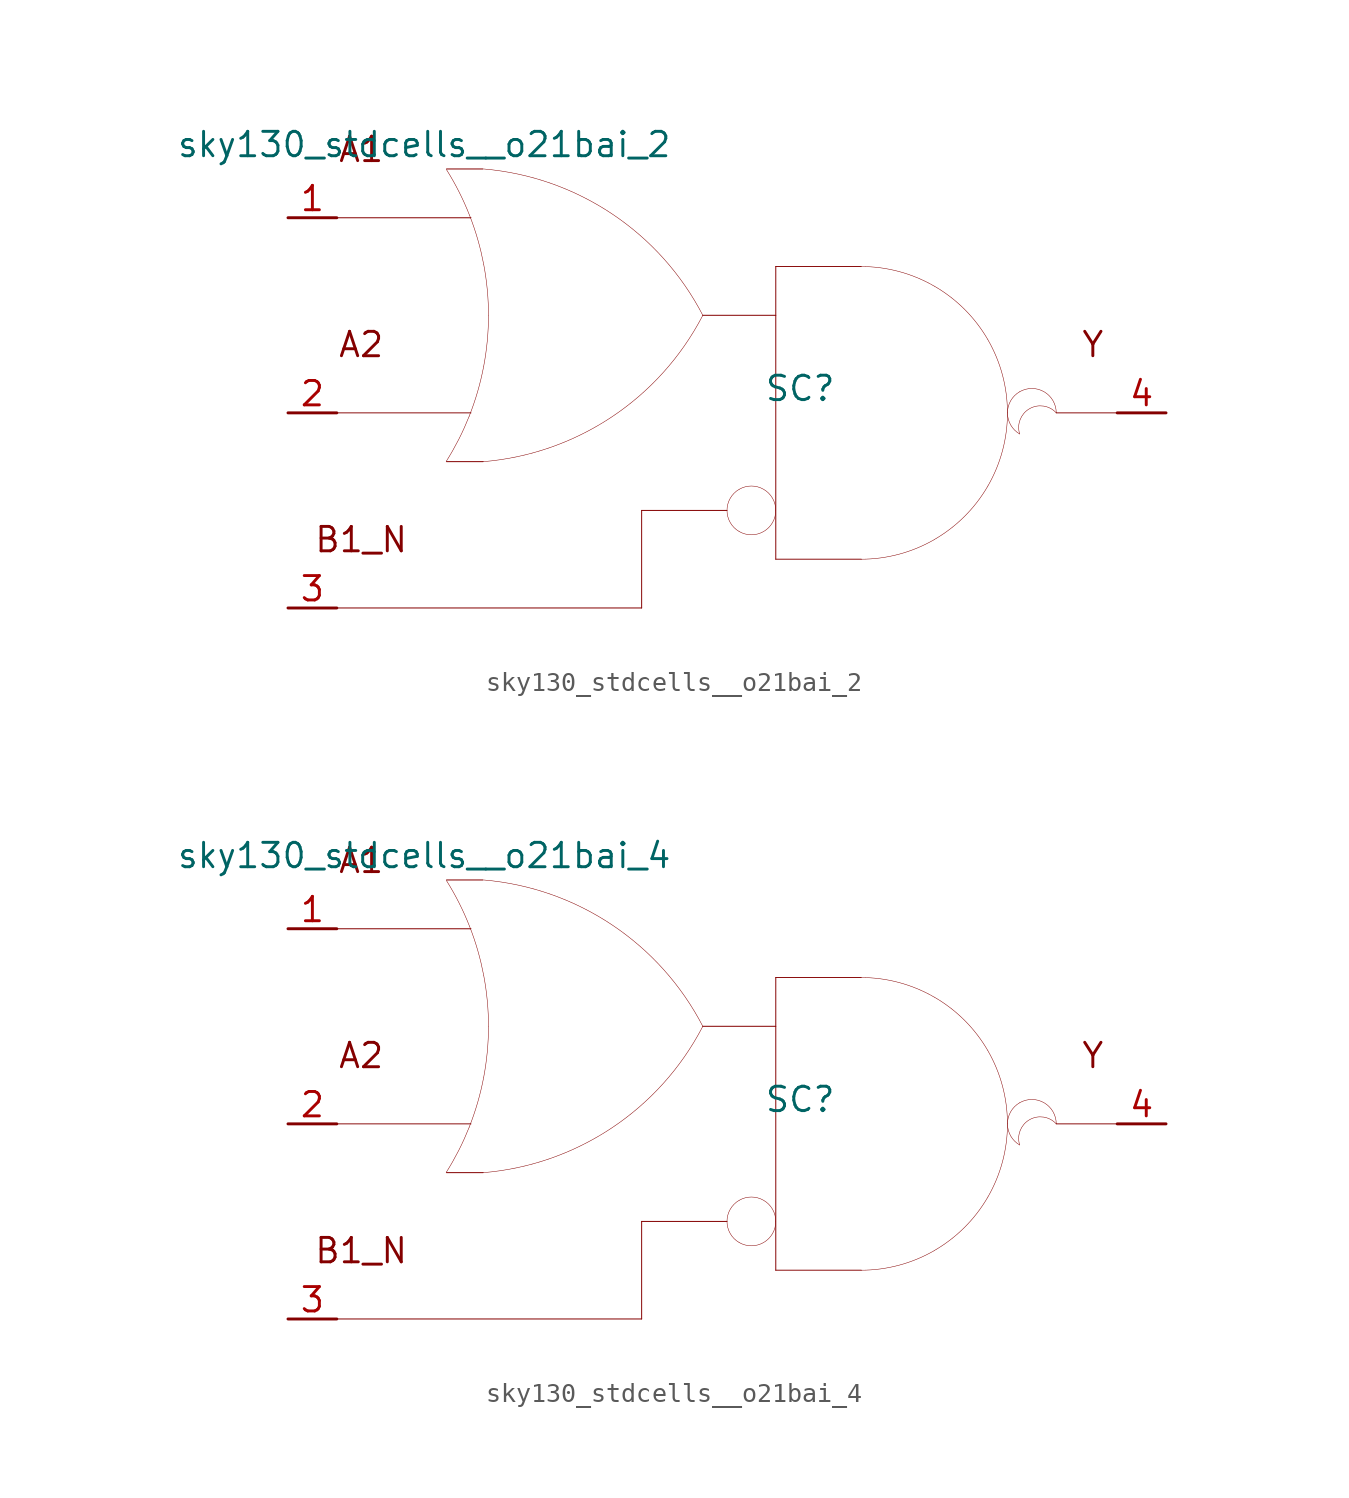
<source format=kicad_sym>
(kicad_symbol_lib
  (version 20211014)
  (generator kicad_symbol_editor)
  (symbol "sky130_stdcells__o21bai_2"
    (pin_names hide)
    (property "Reference" "SC"
      (at 3.81 1.27 0)
      (effects (font (size 1.27 1.27))))
    (property "Value" "sky130_stdcells__o21bai_2"
      (at -2.845 13.97 0)
      (effects (font (size 1.27 1.27)) (justify right)))
    (symbol "sky130_stdcells__o21bai_2_0_0"
      (arc (start -14.6255 -2.5342) (mid -13.968 -1.378) (end -13.4212 -0.1656) (stroke (width 0.0254) (type default) (color 0 0 0 0)) (fill (type none)))
      (arc (start -13.4212 -0.1656) (mid -12.9863 1.1045) (end -12.673 2.4099) (stroke (width 0.0254) (type default) (color 0 0 0 0)) (fill (type none)))
      (arc (start -13.403 10.2793) (mid -13.9512 11.5048) (end -14.6123 12.6732) (stroke (width 0.0254) (type default) (color 0 0 0 0)) (fill (type none)))
      (arc (start -12.705 -2.5431) (mid -6.011 -0.2186) (end -1.2741 5.0516) (stroke (width 0.0254) (type default) (color 0 0 0 0)) (fill (type none)))
      (arc (start -12.673 2.4099) (mid -12.4838 3.739) (end -12.4206 5.08) (stroke (width 0.0254) (type default) (color 0 0 0 0)) (fill (type none)))
      (arc (start -12.6684 7.7256) (mid -12.9761 9.0196) (end -13.403 10.2793) (stroke (width 0.0254) (type default) (color 0 0 0 0)) (fill (type none)))
      (arc (start -12.4206 5.08) (mid -12.4827 6.4086) (end -12.6684 7.7256) (stroke (width 0.0254) (type default) (color 0 0 0 0)) (fill (type none)))
      (arc (start -1.2513 5.0644) (mid -5.9698 10.351) (end -12.6556 12.6989) (stroke (width 0.0254) (type default) (color 0 0 0 0)) (fill (type none)))
      (polyline (pts (xy -20.32 -10.16) (xy -4.445 -10.16)) (stroke (width 0.051) (type default) (color 0 0 0 0)) (fill (type none)))
      (polyline (pts (xy -20.32 0) (xy -13.335 0)) (stroke (width 0.051) (type default) (color 0 0 0 0)) (fill (type none)))
      (polyline (pts (xy -20.32 10.16) (xy -13.335 10.16)) (stroke (width 0.051) (type default) (color 0 0 0 0)) (fill (type none)))
      (polyline (pts (xy -14.605 -2.54) (xy -12.7 -2.54)) (stroke (width 0.051) (type default) (color 0 0 0 0)) (fill (type none)))
      (polyline (pts (xy -14.605 12.7) (xy -12.7 12.7)) (stroke (width 0.051) (type default) (color 0 0 0 0)) (fill (type none)))
      (polyline (pts (xy -4.445 -5.08) (xy -4.445 -10.16)) (stroke (width 0.051) (type default) (color 0 0 0 0)) (fill (type none)))
      (polyline (pts (xy -4.445 -5.08) (xy 0 -5.08)) (stroke (width 0.051) (type default) (color 0 0 0 0)) (fill (type none)))
      (polyline (pts (xy -1.27 5.08) (xy 2.54 5.08)) (stroke (width 0.051) (type default) (color 0 0 0 0)) (fill (type none)))
      (polyline (pts (xy 2.54 -7.62) (xy 6.985 -7.62)) (stroke (width 0.051) (type default) (color 0 0 0 0)) (fill (type none)))
      (polyline (pts (xy 2.54 7.62) (xy 2.54 -7.62)) (stroke (width 0.051) (type default) (color 0 0 0 0)) (fill (type none)))
      (polyline (pts (xy 2.54 7.62) (xy 6.985 7.62)) (stroke (width 0.051) (type default) (color 0 0 0 0)) (fill (type none)))
      (polyline (pts (xy 17.145 0) (xy 20.32 0)) (stroke (width 0.051) (type default) (color 0 0 0 0)) (fill (type none)))
      (arc (start 0.635 -6.1799) (mid 1.905 -6.1799) (end 2.54 -5.08) (stroke (width 0.0254) (type default) (color 0 0 0 0)) (fill (type none)))
      (arc (start 0.635 -3.9801) (mid 0 -5.08) (end 0.635 -6.1799) (stroke (width 0.0254) (type default) (color 0 0 0 0)) (fill (type none)))
      (arc (start 2.54 -5.08) (mid 1.905 -3.9802) (end 0.635 -3.9801) (stroke (width 0.0254) (type default) (color 0 0 0 0)) (fill (type none)))
      (arc (start 6.985 -7.62) (mid 8.9572 -7.3604) (end 10.795 -6.5991) (stroke (width 0.0254) (type default) (color 0 0 0 0)) (fill (type none)))
      (arc (start 10.795 -6.5991) (mid 12.3731 -5.3881) (end 13.5841 -3.81) (stroke (width 0.0254) (type default) (color 0 0 0 0)) (fill (type none)))
      (arc (start 10.795 6.5991) (mid 8.9572 7.3603) (end 6.985 7.62) (stroke (width 0.0254) (type default) (color 0 0 0 0)) (fill (type none)))
      (arc (start 13.5841 -3.81) (mid 14.3453 -1.9722) (end 14.605 0) (stroke (width 0.0254) (type default) (color 0 0 0 0)) (fill (type none)))
      (arc (start 13.5841 3.81) (mid 12.3731 5.3881) (end 10.795 6.5991) (stroke (width 0.0254) (type default) (color 0 0 0 0)) (fill (type none)))
      (arc (start 14.605 0) (mid 14.3454 1.9722) (end 13.5841 3.81) (stroke (width 0.0254) (type default) (color 0 0 0 0)) (fill (type none)))
      (arc (start 15.24 1.0999) (mid 14.605 0) (end 15.24 -1.0999) (stroke (width 0.0254) (type default) (color 0 0 0 0)) (fill (type none)))
      (arc (start 17.145 0) (mid 15.2881 0.4743) (end 15.24 -1.0999) (stroke (width 0.0254) (type default) (color 0 0 0 0)) (fill (type none)))
      (arc (start 17.145 0) (mid 16.51 1.0998) (end 15.24 1.0999) (stroke (width 0.0254) (type default) (color 0 0 0 0)) (fill (type none)))
      (text "A1" (at -19.05 13.716 0) (effects (font (size 1.27 1.27))))
      (text "A2" (at -19.05 3.556 0) (effects (font (size 1.27 1.27))))
      (text "B1_N" (at -19.05 -6.604 0) (effects (font (size 1.27 1.27))))
      (text "Y" (at 19.05 3.556 0) (effects (font (size 1.27 1.27)))))
    (symbol "sky130_stdcells__o21bai_2_1_1"
      (pin input line (at -22.86 10.16 0) (length 2.54) (name "A1" (effects (font (size 1.092 1.092)))) (number "1" (effects (font (size 1.27 1.27)))))
      (pin input line (at -22.86 0 0) (length 2.54) (name "A2" (effects (font (size 1.092 1.092)))) (number "2" (effects (font (size 1.27 1.27)))))
      (pin input line (at -22.86 -10.16 0) (length 2.54) (name "B1_N" (effects (font (size 1.092 1.092)))) (number "3" (effects (font (size 1.27 1.27)))))
      (pin output line (at 22.86 0 180) (length 2.54) (name "Y" (effects (font (size 1.092 1.092)))) (number "4" (effects (font (size 1.27 1.27)))))))
  (symbol "sky130_stdcells__o21bai_4"
    (pin_names hide)
    (property "Reference" "SC"
      (at 3.81 1.27 0)
      (effects (font (size 1.27 1.27))))
    (property "Value" "sky130_stdcells__o21bai_4"
      (at -2.845 13.97 0)
      (effects (font (size 1.27 1.27)) (justify right)))
    (symbol "sky130_stdcells__o21bai_4_0_0"
      (arc (start -14.6255 -2.5342) (mid -13.968 -1.378) (end -13.4212 -0.1656) (stroke (width 0.0254) (type default) (color 0 0 0 0)) (fill (type none)))
      (arc (start -13.4212 -0.1656) (mid -12.9863 1.1045) (end -12.673 2.4099) (stroke (width 0.0254) (type default) (color 0 0 0 0)) (fill (type none)))
      (arc (start -13.403 10.2793) (mid -13.9512 11.5048) (end -14.6123 12.6732) (stroke (width 0.0254) (type default) (color 0 0 0 0)) (fill (type none)))
      (arc (start -12.705 -2.5431) (mid -6.011 -0.2186) (end -1.2741 5.0516) (stroke (width 0.0254) (type default) (color 0 0 0 0)) (fill (type none)))
      (arc (start -12.673 2.4099) (mid -12.4838 3.739) (end -12.4206 5.08) (stroke (width 0.0254) (type default) (color 0 0 0 0)) (fill (type none)))
      (arc (start -12.6684 7.7256) (mid -12.9761 9.0196) (end -13.403 10.2793) (stroke (width 0.0254) (type default) (color 0 0 0 0)) (fill (type none)))
      (arc (start -12.4206 5.08) (mid -12.4827 6.4086) (end -12.6684 7.7256) (stroke (width 0.0254) (type default) (color 0 0 0 0)) (fill (type none)))
      (arc (start -1.2513 5.0644) (mid -5.9698 10.351) (end -12.6556 12.6989) (stroke (width 0.0254) (type default) (color 0 0 0 0)) (fill (type none)))
      (polyline (pts (xy -20.32 -10.16) (xy -4.445 -10.16)) (stroke (width 0.051) (type default) (color 0 0 0 0)) (fill (type none)))
      (polyline (pts (xy -20.32 0) (xy -13.335 0)) (stroke (width 0.051) (type default) (color 0 0 0 0)) (fill (type none)))
      (polyline (pts (xy -20.32 10.16) (xy -13.335 10.16)) (stroke (width 0.051) (type default) (color 0 0 0 0)) (fill (type none)))
      (polyline (pts (xy -14.605 -2.54) (xy -12.7 -2.54)) (stroke (width 0.051) (type default) (color 0 0 0 0)) (fill (type none)))
      (polyline (pts (xy -14.605 12.7) (xy -12.7 12.7)) (stroke (width 0.051) (type default) (color 0 0 0 0)) (fill (type none)))
      (polyline (pts (xy -4.445 -5.08) (xy -4.445 -10.16)) (stroke (width 0.051) (type default) (color 0 0 0 0)) (fill (type none)))
      (polyline (pts (xy -4.445 -5.08) (xy 0 -5.08)) (stroke (width 0.051) (type default) (color 0 0 0 0)) (fill (type none)))
      (polyline (pts (xy -1.27 5.08) (xy 2.54 5.08)) (stroke (width 0.051) (type default) (color 0 0 0 0)) (fill (type none)))
      (polyline (pts (xy 2.54 -7.62) (xy 6.985 -7.62)) (stroke (width 0.051) (type default) (color 0 0 0 0)) (fill (type none)))
      (polyline (pts (xy 2.54 7.62) (xy 2.54 -7.62)) (stroke (width 0.051) (type default) (color 0 0 0 0)) (fill (type none)))
      (polyline (pts (xy 2.54 7.62) (xy 6.985 7.62)) (stroke (width 0.051) (type default) (color 0 0 0 0)) (fill (type none)))
      (polyline (pts (xy 17.145 0) (xy 20.32 0)) (stroke (width 0.051) (type default) (color 0 0 0 0)) (fill (type none)))
      (arc (start 0.635 -6.1799) (mid 1.905 -6.1799) (end 2.54 -5.08) (stroke (width 0.0254) (type default) (color 0 0 0 0)) (fill (type none)))
      (arc (start 0.635 -3.9801) (mid 0 -5.08) (end 0.635 -6.1799) (stroke (width 0.0254) (type default) (color 0 0 0 0)) (fill (type none)))
      (arc (start 2.54 -5.08) (mid 1.905 -3.9802) (end 0.635 -3.9801) (stroke (width 0.0254) (type default) (color 0 0 0 0)) (fill (type none)))
      (arc (start 6.985 -7.62) (mid 8.9572 -7.3604) (end 10.795 -6.5991) (stroke (width 0.0254) (type default) (color 0 0 0 0)) (fill (type none)))
      (arc (start 10.795 -6.5991) (mid 12.3731 -5.3881) (end 13.5841 -3.81) (stroke (width 0.0254) (type default) (color 0 0 0 0)) (fill (type none)))
      (arc (start 10.795 6.5991) (mid 8.9572 7.3603) (end 6.985 7.62) (stroke (width 0.0254) (type default) (color 0 0 0 0)) (fill (type none)))
      (arc (start 13.5841 -3.81) (mid 14.3453 -1.9722) (end 14.605 0) (stroke (width 0.0254) (type default) (color 0 0 0 0)) (fill (type none)))
      (arc (start 13.5841 3.81) (mid 12.3731 5.3881) (end 10.795 6.5991) (stroke (width 0.0254) (type default) (color 0 0 0 0)) (fill (type none)))
      (arc (start 14.605 0) (mid 14.3454 1.9722) (end 13.5841 3.81) (stroke (width 0.0254) (type default) (color 0 0 0 0)) (fill (type none)))
      (arc (start 15.24 1.0999) (mid 14.605 0) (end 15.24 -1.0999) (stroke (width 0.0254) (type default) (color 0 0 0 0)) (fill (type none)))
      (arc (start 17.145 0) (mid 15.2881 0.4743) (end 15.24 -1.0999) (stroke (width 0.0254) (type default) (color 0 0 0 0)) (fill (type none)))
      (arc (start 17.145 0) (mid 16.51 1.0998) (end 15.24 1.0999) (stroke (width 0.0254) (type default) (color 0 0 0 0)) (fill (type none)))
      (text "A1" (at -19.05 13.716 0) (effects (font (size 1.27 1.27))))
      (text "A2" (at -19.05 3.556 0) (effects (font (size 1.27 1.27))))
      (text "B1_N" (at -19.05 -6.604 0) (effects (font (size 1.27 1.27))))
      (text "Y" (at 19.05 3.556 0) (effects (font (size 1.27 1.27)))))
    (symbol "sky130_stdcells__o21bai_4_1_1"
      (pin input line (at -22.86 10.16 0) (length 2.54) (name "A1" (effects (font (size 1.092 1.092)))) (number "1" (effects (font (size 1.27 1.27)))))
      (pin input line (at -22.86 0 0) (length 2.54) (name "A2" (effects (font (size 1.092 1.092)))) (number "2" (effects (font (size 1.27 1.27)))))
      (pin input line (at -22.86 -10.16 0) (length 2.54) (name "B1_N" (effects (font (size 1.092 1.092)))) (number "3" (effects (font (size 1.27 1.27)))))
      (pin output line (at 22.86 0 180) (length 2.54) (name "Y" (effects (font (size 1.092 1.092)))) (number "4" (effects (font (size 1.27 1.27))))))))
</source>
